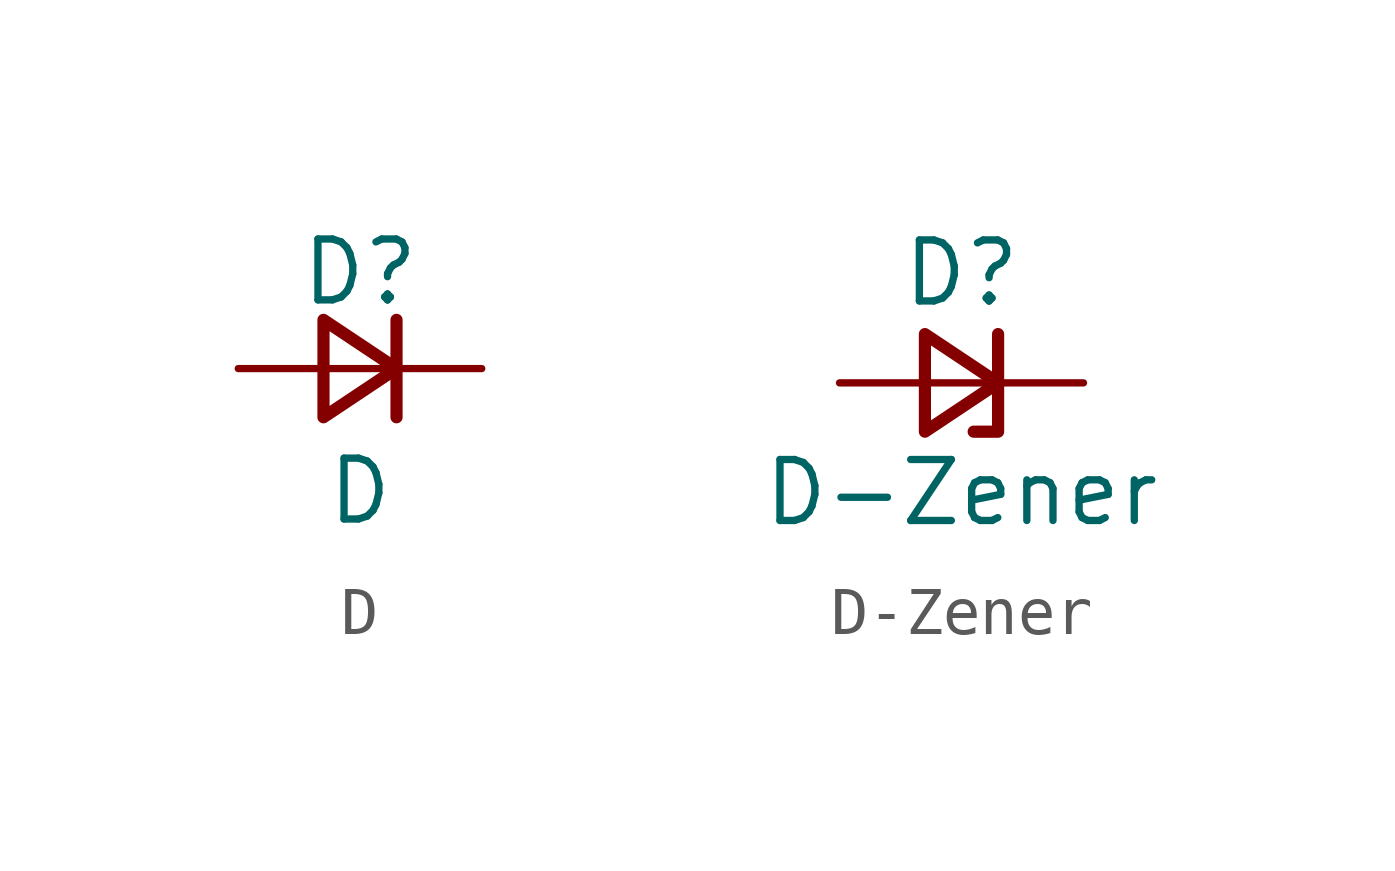
<source format=kicad_sym>
(kicad_symbol_lib
  (version 20231120)
  (generator "kicad_symbol_editor")
  (generator_version "8.0")
  (symbol "D"
    (pin_numbers hide)
    (pin_names
      (offset 0.254) hide)
    (property "Reference" "D"
      (at 0 1.27 0)
      (effects (font (size 1.27 1.27)) (justify bottom)))
    (property "Value" "D"
      (at 0 -3.302 0)
      (effects (font (size 1.27 1.27)) (justify bottom)))
    (symbol "D_0_1"
      (polyline (pts (xy 0.762 0) (xy -0.762 0)) (stroke (width 0) (type default)) (fill (type none)))
      (polyline (pts (xy 0.762 1.016) (xy 0.762 -1.016)) (stroke (width 0.254) (type default)) (fill (type none)))
      (polyline (pts (xy -0.762 1.016) (xy 0.762 0) (xy -0.762 -1.016) (xy -0.762 1.016)) (stroke (width 0.254) (type default)) (fill (type none))))
    (symbol "D_1_1"
      (pin passive line (at -2.54 0 0) (length 1.778) (name "A" (effects (font (size 1.27 1.27)))) (number "1" (effects (font (size 1.27 1.27)))))
      (pin passive line (at 2.54 0 180) (length 1.778) (name "K" (effects (font (size 1.27 1.27)))) (number "2" (effects (font (size 1.27 1.27)))))))
  (symbol "D-Zener"
    (pin_numbers hide)
    (pin_names
      (offset 0.254) hide)
    (property "Reference" "D"
      (at 0 2.286 0)
      (effects (font (size 1.27 1.27))))
    (property "Value" "D-Zener"
      (at 0 -2.286 0)
      (effects (font (size 1.27 1.27))))
    (symbol "D-Zener_0_1"
      (polyline (pts (xy -0.762 0) (xy 0.762 0)) (stroke (width 0) (type default)) (fill (type none)))
      (polyline (pts (xy 0.254 -1.016) (xy 0.762 -1.016) (xy 0.762 1.016)) (stroke (width 0.254) (type default)) (fill (type none)))
      (polyline (pts (xy -0.762 -1.016) (xy 0.762 0) (xy -0.762 1.016) (xy -0.762 -1.016)) (stroke (width 0.254) (type default)) (fill (type none))))
    (symbol "D-Zener_1_1"
      (pin passive line (at -2.54 0 0) (length 1.778) (name "A" (effects (font (size 1.27 1.27)))) (number "1" (effects (font (size 1.27 1.27)))))
      (pin passive line (at 2.54 0 180) (length 1.778) (name "K" (effects (font (size 1.27 1.27)))) (number "2" (effects (font (size 1.27 1.27))))))))
</source>
